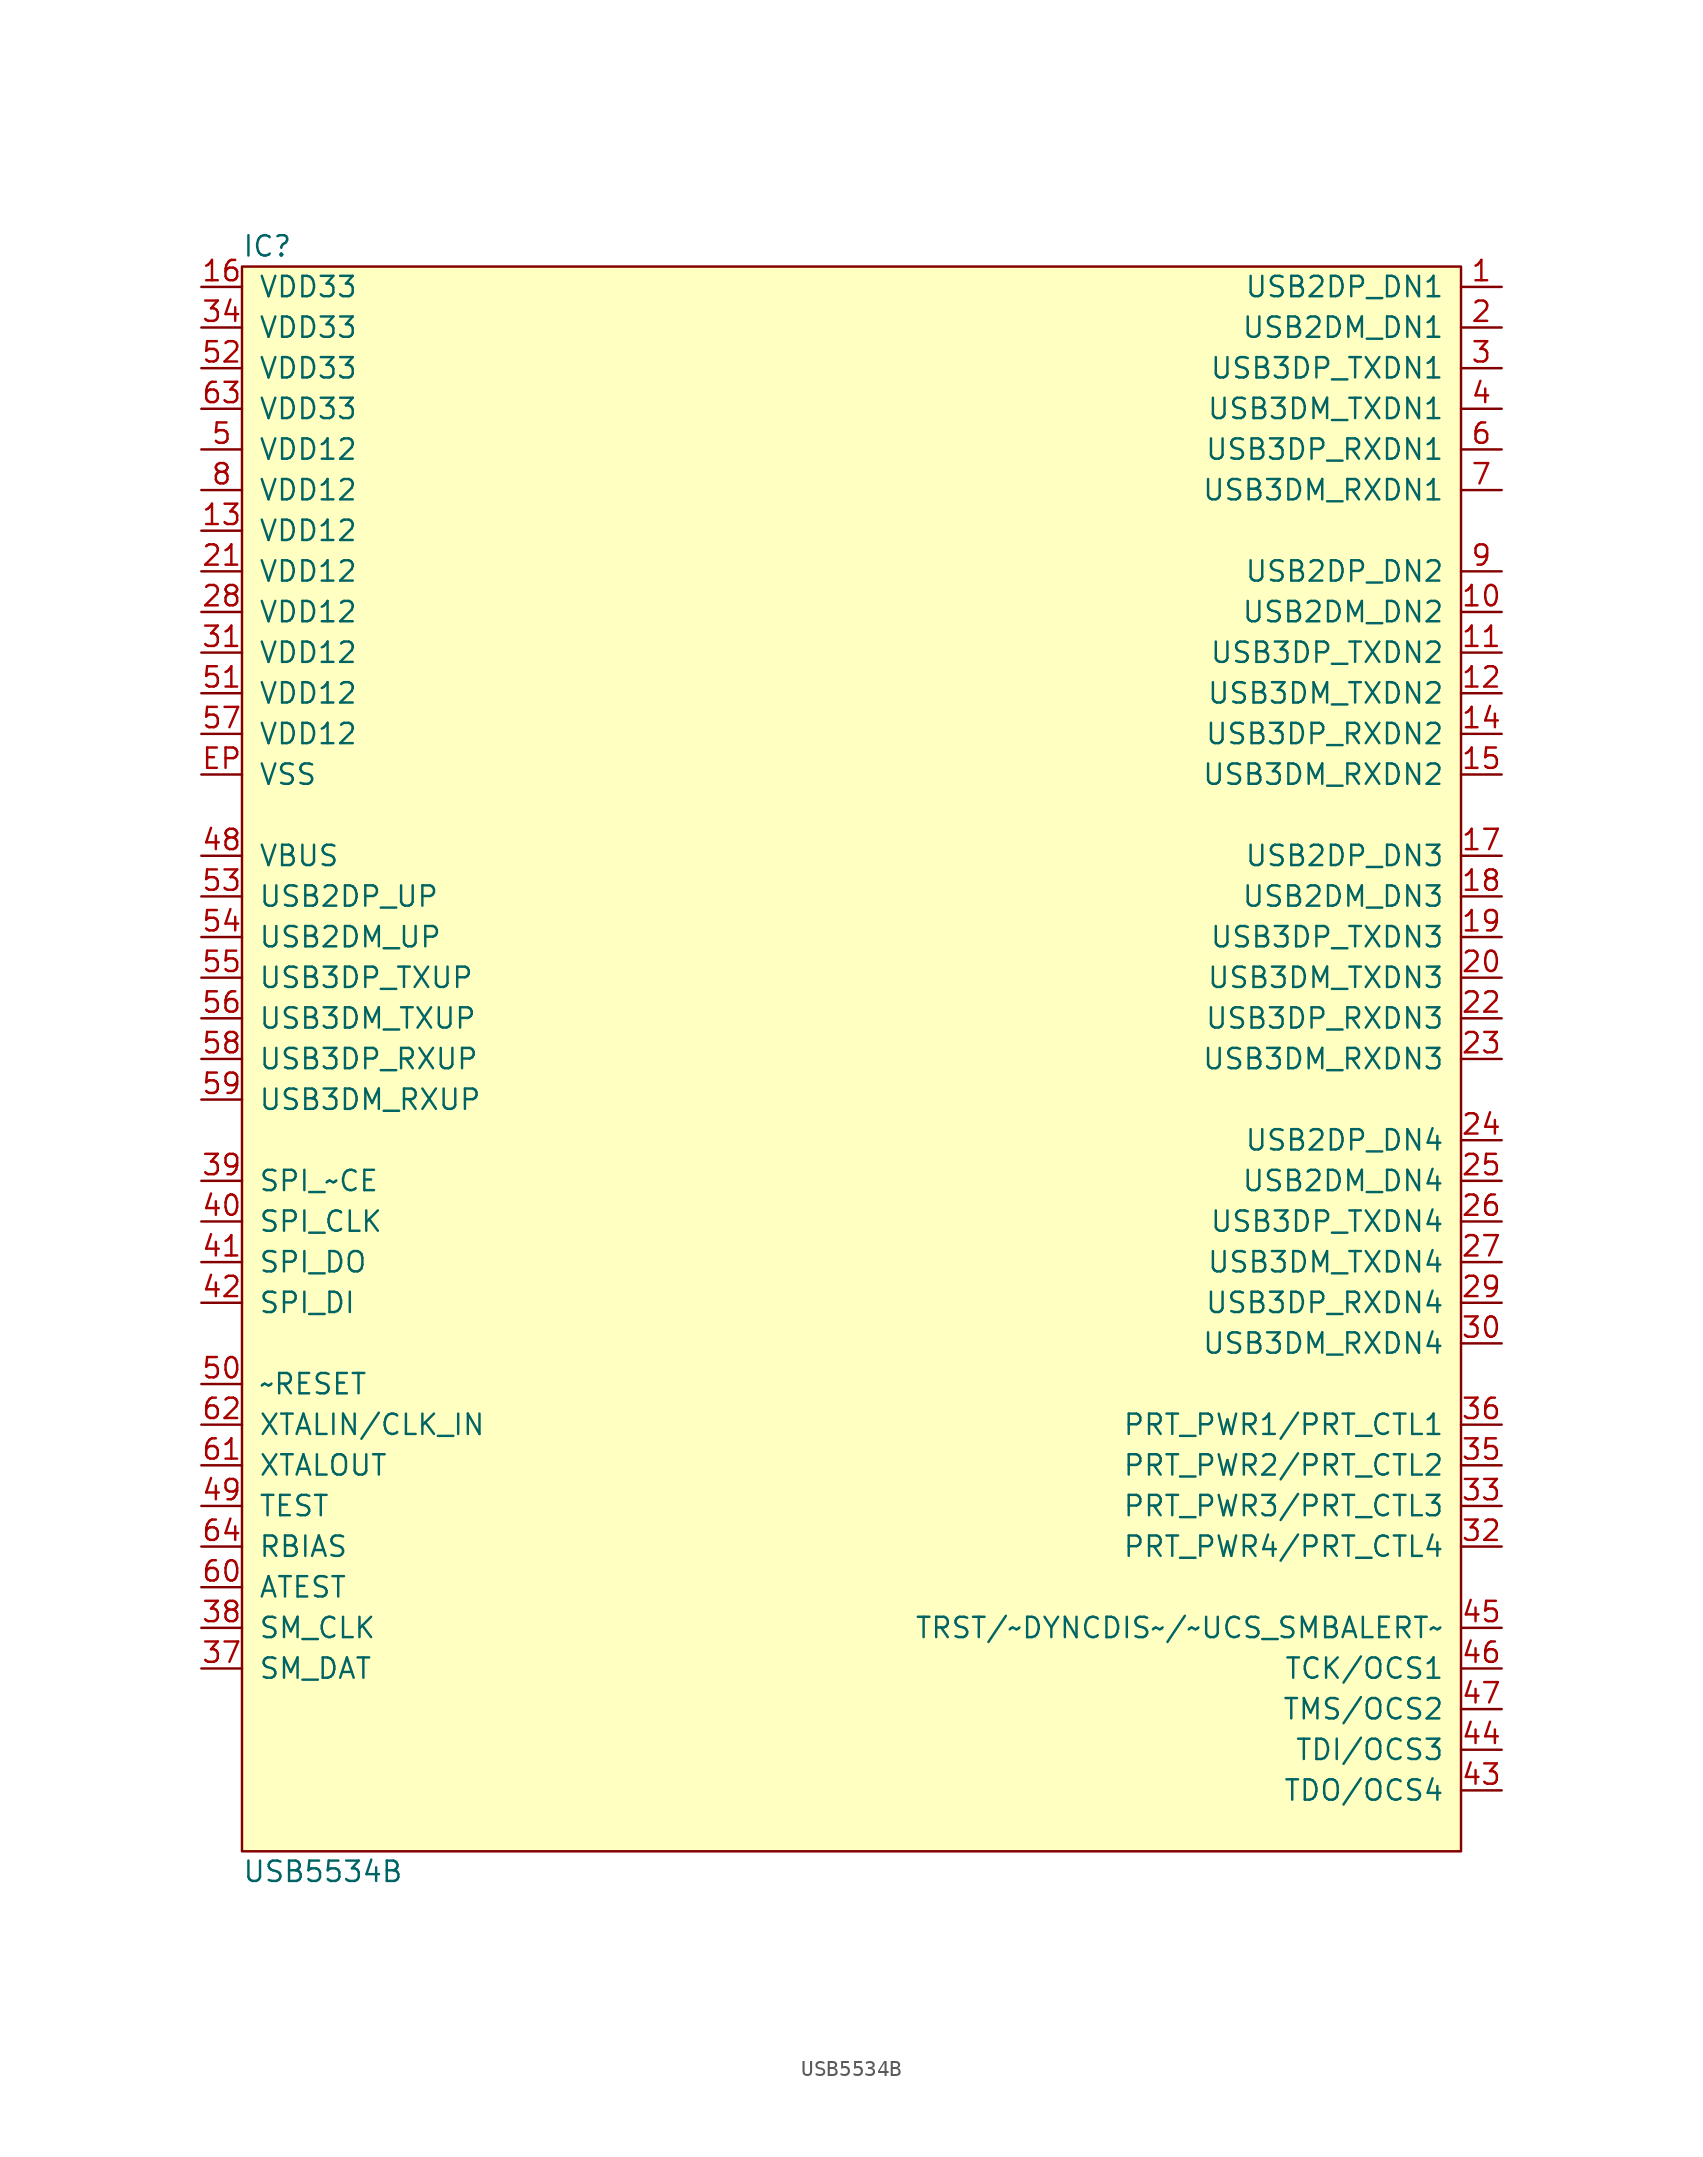
<source format=kicad_sym>
(kicad_symbol_lib
  (version 20211014)
  (generator agg_kicad.build_lib_ic)
  (symbol "USB5534B"
    (pin_names
      (offset 1.016))
    (property Reference IC
      (at -38.1 50.8 0)
      (effects (font (size 1.27 1.27)) (justify left)))
    (property Value "USB5534B"
      (at -38.1 -50.8 0)
      (effects (font (size 1.27 1.27)) (justify left)))
    (symbol "USB5534B_0_0"
      (rectangle (start -38.1 49.53) (end 38.1 -49.53) (stroke (width 0) (type default) (color 0 0 0 0)) (fill (type background)))
      (pin power_in line (at -40.64 48.26 0) (length 2.54) (name "VDD33" (effects (font (size 1.27 1.27)))) (number "16" (effects (font (size 1.27 1.27)))))
      (pin power_in line (at -40.64 45.72 0) (length 2.54) (name "VDD33" (effects (font (size 1.27 1.27)))) (number "34" (effects (font (size 1.27 1.27)))))
      (pin power_in line (at -40.64 43.18 0) (length 2.54) (name "VDD33" (effects (font (size 1.27 1.27)))) (number "52" (effects (font (size 1.27 1.27)))))
      (pin power_in line (at -40.64 40.64 0) (length 2.54) (name "VDD33" (effects (font (size 1.27 1.27)))) (number "63" (effects (font (size 1.27 1.27)))))
      (pin power_in line (at -40.64 38.1 0) (length 2.54) (name "VDD12" (effects (font (size 1.27 1.27)))) (number "5" (effects (font (size 1.27 1.27)))))
      (pin power_in line (at -40.64 35.56 0) (length 2.54) (name "VDD12" (effects (font (size 1.27 1.27)))) (number "8" (effects (font (size 1.27 1.27)))))
      (pin power_in line (at -40.64 33.02 0) (length 2.54) (name "VDD12" (effects (font (size 1.27 1.27)))) (number "13" (effects (font (size 1.27 1.27)))))
      (pin power_in line (at -40.64 30.48 0) (length 2.54) (name "VDD12" (effects (font (size 1.27 1.27)))) (number "21" (effects (font (size 1.27 1.27)))))
      (pin power_in line (at -40.64 27.94 0) (length 2.54) (name "VDD12" (effects (font (size 1.27 1.27)))) (number "28" (effects (font (size 1.27 1.27)))))
      (pin power_in line (at -40.64 25.4 0) (length 2.54) (name "VDD12" (effects (font (size 1.27 1.27)))) (number "31" (effects (font (size 1.27 1.27)))))
      (pin power_in line (at -40.64 22.86 0) (length 2.54) (name "VDD12" (effects (font (size 1.27 1.27)))) (number "51" (effects (font (size 1.27 1.27)))))
      (pin power_in line (at -40.64 20.32 0) (length 2.54) (name "VDD12" (effects (font (size 1.27 1.27)))) (number "57" (effects (font (size 1.27 1.27)))))
      (pin power_in line (at -40.64 17.78 0) (length 2.54) (name VSS (effects (font (size 1.27 1.27)))) (number EP (effects (font (size 1.27 1.27)))))
      (pin input line (at -40.64 12.7 0) (length 2.54) (name VBUS (effects (font (size 1.27 1.27)))) (number "48" (effects (font (size 1.27 1.27)))))
      (pin bidirectional line (at -40.64 10.16 0) (length 2.54) (name "USB2DP_UP" (effects (font (size 1.27 1.27)))) (number "53" (effects (font (size 1.27 1.27)))))
      (pin bidirectional line (at -40.64 7.62 0) (length 2.54) (name "USB2DM_UP" (effects (font (size 1.27 1.27)))) (number "54" (effects (font (size 1.27 1.27)))))
      (pin bidirectional line (at -40.64 5.08 0) (length 2.54) (name "USB3DP_TXUP" (effects (font (size 1.27 1.27)))) (number "55" (effects (font (size 1.27 1.27)))))
      (pin bidirectional line (at -40.64 2.54 0) (length 2.54) (name "USB3DM_TXUP" (effects (font (size 1.27 1.27)))) (number "56" (effects (font (size 1.27 1.27)))))
      (pin bidirectional line (at -40.64 0 0) (length 2.54) (name "USB3DP_RXUP" (effects (font (size 1.27 1.27)))) (number "58" (effects (font (size 1.27 1.27)))))
      (pin bidirectional line (at -40.64 -2.54 0) (length 2.54) (name "USB3DM_RXUP" (effects (font (size 1.27 1.27)))) (number "59" (effects (font (size 1.27 1.27)))))
      (pin output line (at -40.64 -7.62 0) (length 2.54) (name "SPI_~CE" (effects (font (size 1.27 1.27)))) (number "39" (effects (font (size 1.27 1.27)))))
      (pin output line (at -40.64 -10.16 0) (length 2.54) (name SPI_CLK (effects (font (size 1.27 1.27)))) (number "40" (effects (font (size 1.27 1.27)))))
      (pin output line (at -40.64 -12.7 0) (length 2.54) (name SPI_DO (effects (font (size 1.27 1.27)))) (number "41" (effects (font (size 1.27 1.27)))))
      (pin input line (at -40.64 -15.24 0) (length 2.54) (name SPI_DI (effects (font (size 1.27 1.27)))) (number "42" (effects (font (size 1.27 1.27)))))
      (pin input line (at -40.64 -20.32 0) (length 2.54) (name "~RESET" (effects (font (size 1.27 1.27)))) (number "50" (effects (font (size 1.27 1.27)))))
      (pin input line (at -40.64 -22.86 0) (length 2.54) (name "XTALIN/CLK_IN" (effects (font (size 1.27 1.27)))) (number "62" (effects (font (size 1.27 1.27)))))
      (pin output line (at -40.64 -25.4 0) (length 2.54) (name XTALOUT (effects (font (size 1.27 1.27)))) (number "61" (effects (font (size 1.27 1.27)))))
      (pin input line (at -40.64 -27.94 0) (length 2.54) (name TEST (effects (font (size 1.27 1.27)))) (number "49" (effects (font (size 1.27 1.27)))))
      (pin passive line (at -40.64 -30.48 0) (length 2.54) (name RBIAS (effects (font (size 1.27 1.27)))) (number "64" (effects (font (size 1.27 1.27)))))
      (pin passive line (at -40.64 -33.02 0) (length 2.54) (name ATEST (effects (font (size 1.27 1.27)))) (number "60" (effects (font (size 1.27 1.27)))))
      (pin bidirectional line (at -40.64 -35.56 0) (length 2.54) (name SM_CLK (effects (font (size 1.27 1.27)))) (number "38" (effects (font (size 1.27 1.27)))))
      (pin bidirectional line (at -40.64 -38.1 0) (length 2.54) (name SM_DAT (effects (font (size 1.27 1.27)))) (number "37" (effects (font (size 1.27 1.27)))))
      (pin bidirectional line (at 40.64 48.26 180) (length 2.54) (name "USB2DP_DN1" (effects (font (size 1.27 1.27)))) (number "1" (effects (font (size 1.27 1.27)))))
      (pin bidirectional line (at 40.64 45.72 180) (length 2.54) (name "USB2DM_DN1" (effects (font (size 1.27 1.27)))) (number "2" (effects (font (size 1.27 1.27)))))
      (pin bidirectional line (at 40.64 43.18 180) (length 2.54) (name "USB3DP_TXDN1" (effects (font (size 1.27 1.27)))) (number "3" (effects (font (size 1.27 1.27)))))
      (pin bidirectional line (at 40.64 40.64 180) (length 2.54) (name "USB3DM_TXDN1" (effects (font (size 1.27 1.27)))) (number "4" (effects (font (size 1.27 1.27)))))
      (pin bidirectional line (at 40.64 38.1 180) (length 2.54) (name "USB3DP_RXDN1" (effects (font (size 1.27 1.27)))) (number "6" (effects (font (size 1.27 1.27)))))
      (pin bidirectional line (at 40.64 35.56 180) (length 2.54) (name "USB3DM_RXDN1" (effects (font (size 1.27 1.27)))) (number "7" (effects (font (size 1.27 1.27)))))
      (pin bidirectional line (at 40.64 30.48 180) (length 2.54) (name "USB2DP_DN2" (effects (font (size 1.27 1.27)))) (number "9" (effects (font (size 1.27 1.27)))))
      (pin bidirectional line (at 40.64 27.94 180) (length 2.54) (name "USB2DM_DN2" (effects (font (size 1.27 1.27)))) (number "10" (effects (font (size 1.27 1.27)))))
      (pin bidirectional line (at 40.64 25.4 180) (length 2.54) (name "USB3DP_TXDN2" (effects (font (size 1.27 1.27)))) (number "11" (effects (font (size 1.27 1.27)))))
      (pin bidirectional line (at 40.64 22.86 180) (length 2.54) (name "USB3DM_TXDN2" (effects (font (size 1.27 1.27)))) (number "12" (effects (font (size 1.27 1.27)))))
      (pin bidirectional line (at 40.64 20.32 180) (length 2.54) (name "USB3DP_RXDN2" (effects (font (size 1.27 1.27)))) (number "14" (effects (font (size 1.27 1.27)))))
      (pin bidirectional line (at 40.64 17.78 180) (length 2.54) (name "USB3DM_RXDN2" (effects (font (size 1.27 1.27)))) (number "15" (effects (font (size 1.27 1.27)))))
      (pin bidirectional line (at 40.64 12.7 180) (length 2.54) (name "USB2DP_DN3" (effects (font (size 1.27 1.27)))) (number "17" (effects (font (size 1.27 1.27)))))
      (pin bidirectional line (at 40.64 10.16 180) (length 2.54) (name "USB2DM_DN3" (effects (font (size 1.27 1.27)))) (number "18" (effects (font (size 1.27 1.27)))))
      (pin bidirectional line (at 40.64 7.62 180) (length 2.54) (name "USB3DP_TXDN3" (effects (font (size 1.27 1.27)))) (number "19" (effects (font (size 1.27 1.27)))))
      (pin bidirectional line (at 40.64 5.08 180) (length 2.54) (name "USB3DM_TXDN3" (effects (font (size 1.27 1.27)))) (number "20" (effects (font (size 1.27 1.27)))))
      (pin bidirectional line (at 40.64 2.54 180) (length 2.54) (name "USB3DP_RXDN3" (effects (font (size 1.27 1.27)))) (number "22" (effects (font (size 1.27 1.27)))))
      (pin bidirectional line (at 40.64 0 180) (length 2.54) (name "USB3DM_RXDN3" (effects (font (size 1.27 1.27)))) (number "23" (effects (font (size 1.27 1.27)))))
      (pin bidirectional line (at 40.64 -5.08 180) (length 2.54) (name "USB2DP_DN4" (effects (font (size 1.27 1.27)))) (number "24" (effects (font (size 1.27 1.27)))))
      (pin bidirectional line (at 40.64 -7.62 180) (length 2.54) (name "USB2DM_DN4" (effects (font (size 1.27 1.27)))) (number "25" (effects (font (size 1.27 1.27)))))
      (pin bidirectional line (at 40.64 -10.16 180) (length 2.54) (name "USB3DP_TXDN4" (effects (font (size 1.27 1.27)))) (number "26" (effects (font (size 1.27 1.27)))))
      (pin bidirectional line (at 40.64 -12.7 180) (length 2.54) (name "USB3DM_TXDN4" (effects (font (size 1.27 1.27)))) (number "27" (effects (font (size 1.27 1.27)))))
      (pin bidirectional line (at 40.64 -15.24 180) (length 2.54) (name "USB3DP_RXDN4" (effects (font (size 1.27 1.27)))) (number "29" (effects (font (size 1.27 1.27)))))
      (pin bidirectional line (at 40.64 -17.78 180) (length 2.54) (name "USB3DM_RXDN4" (effects (font (size 1.27 1.27)))) (number "30" (effects (font (size 1.27 1.27)))))
      (pin output line (at 40.64 -22.86 180) (length 2.54) (name "PRT_PWR1/PRT_CTL1" (effects (font (size 1.27 1.27)))) (number "36" (effects (font (size 1.27 1.27)))))
      (pin output line (at 40.64 -25.4 180) (length 2.54) (name "PRT_PWR2/PRT_CTL2" (effects (font (size 1.27 1.27)))) (number "35" (effects (font (size 1.27 1.27)))))
      (pin output line (at 40.64 -27.94 180) (length 2.54) (name "PRT_PWR3/PRT_CTL3" (effects (font (size 1.27 1.27)))) (number "33" (effects (font (size 1.27 1.27)))))
      (pin output line (at 40.64 -30.48 180) (length 2.54) (name "PRT_PWR4/PRT_CTL4" (effects (font (size 1.27 1.27)))) (number "32" (effects (font (size 1.27 1.27)))))
      (pin input line (at 40.64 -35.56 180) (length 2.54) (name "TRST/~DYNCDIS~/~UCS_SMBALERT~" (effects (font (size 1.27 1.27)))) (number "45" (effects (font (size 1.27 1.27)))))
      (pin input line (at 40.64 -38.1 180) (length 2.54) (name "TCK/OCS1" (effects (font (size 1.27 1.27)))) (number "46" (effects (font (size 1.27 1.27)))))
      (pin input line (at 40.64 -40.64 180) (length 2.54) (name "TMS/OCS2" (effects (font (size 1.27 1.27)))) (number "47" (effects (font (size 1.27 1.27)))))
      (pin input line (at 40.64 -43.18 180) (length 2.54) (name "TDI/OCS3" (effects (font (size 1.27 1.27)))) (number "44" (effects (font (size 1.27 1.27)))))
      (pin bidirectional line (at 40.64 -45.72 180) (length 2.54) (name "TDO/OCS4" (effects (font (size 1.27 1.27)))) (number "43" (effects (font (size 1.27 1.27))))))))
</source>
